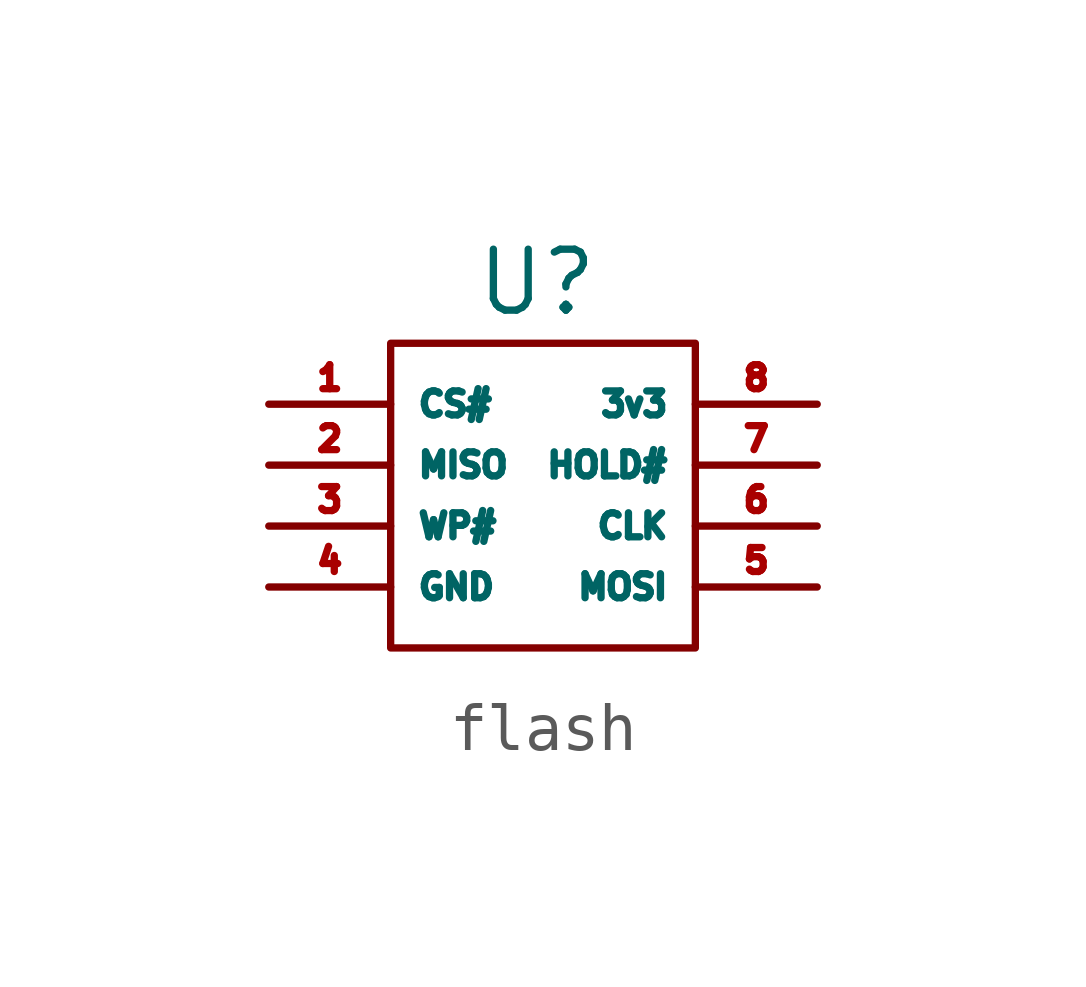
<source format=kicad_sym>
(kicad_symbol_lib
  (version 20231120)
  (generator "kicad_symbol_editor")
  (generator_version "8.0")
  (symbol "flash"
    (property "Reference" "U"
      (at 0.508 3.81 0)
      (effects (font (size 1.27 1.27))))
    (property "Value" ""
      (at 0 0 0)
      (effects (font (size 1.27 1.27))))
    (symbol "flash_0_1"
      (rectangle (start -2.54 2.54) (end 3.81 -3.81) (stroke (width 0) (type default)) (fill (type none))))
    (symbol "flash_1_1"
      (pin output line (at -5.08 1.27 0) (length 2.54) (name "CS#" (effects (font (size 0.5 0.5)))) (number "1" (effects (font (size 0.5 0.5)))))
      (pin bidirectional line (at -5.08 0 0) (length 2.54) (name "MISO" (effects (font (size 0.5 0.5)))) (number "2" (effects (font (size 0.5 0.5)))))
      (pin input line (at -5.08 -1.27 0) (length 2.54) (name "WP#" (effects (font (size 0.5 0.5)))) (number "3" (effects (font (size 0.5 0.5)))))
      (pin power_in line (at -5.08 -2.54 0) (length 2.54) (name "GND" (effects (font (size 0.5 0.5)))) (number "4" (effects (font (size 0.5 0.5)))))
      (pin bidirectional line (at 6.35 -2.54 180) (length 2.54) (name "MOSI" (effects (font (size 0.5 0.5)))) (number "5" (effects (font (size 0.5 0.5)))))
      (pin bidirectional line (at 6.35 -1.27 180) (length 2.54) (name "CLK" (effects (font (size 0.5 0.5)))) (number "6" (effects (font (size 0.5 0.5)))))
      (pin input line (at 6.35 0 180) (length 2.54) (name "HOLD#" (effects (font (size 0.5 0.5)))) (number "7" (effects (font (size 0.5 0.5)))))
      (pin power_in line (at 6.35 1.27 180) (length 2.54) (name "3v3" (effects (font (size 0.5 0.5)))) (number "8" (effects (font (size 0.5 0.5))))))))
</source>
